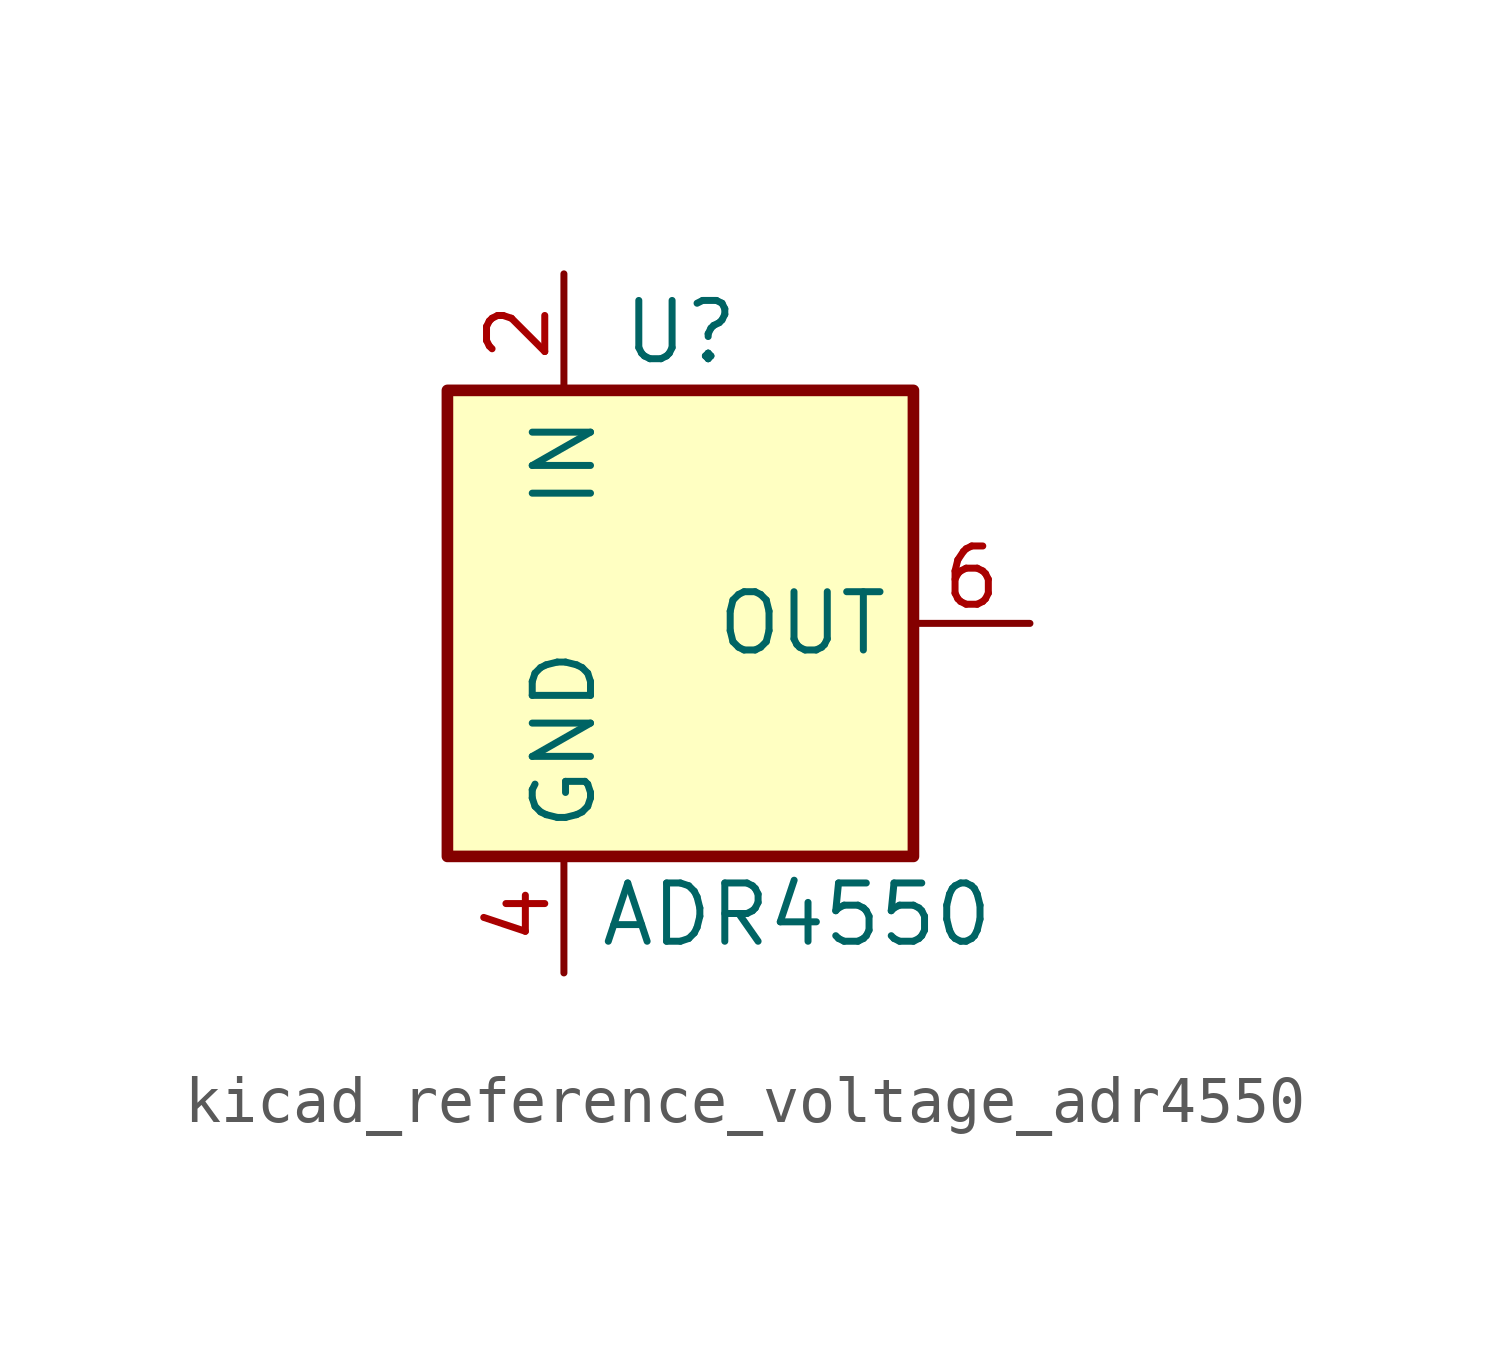
<source format=kicad_sym>
(kicad_symbol_lib
  (version 20220914)
  (generator kicad_symbol_editor)
  (symbol "kicad_reference_voltage_adr4550"
    (property "Reference" "U"
      (at 0 6.35 0)
      (effects (font (size 1.27 1.27))))
    (property "Value" "ADR4550"
      (at 2.54 -6.35 0)
      (effects (font (size 1.27 1.27))))
    (symbol "kicad_reference_voltage_adr4550_0_0"
      (pin no_connect line (at -5.08 0 0) (length 2.54) hide (name "NC" (effects (font (size 1.27 1.27)))) (number "3" (effects (font (size 1.27 1.27)))))
      (pin no_connect line (at 5.08 2.54 180) (length 2.54) hide (name "NC" (effects (font (size 1.27 1.27)))) (number "7" (effects (font (size 1.27 1.27)))))
      (pin no_connect line (at 5.08 -2.54 180) (length 2.54) hide (name "NC" (effects (font (size 1.27 1.27)))) (number "8" (effects (font (size 1.27 1.27))))))
    (symbol "kicad_reference_voltage_adr4550_0_1"
      (rectangle (start -5.08 5.08) (end 5.08 -5.08) (stroke (width 0.254) (type default)) (fill (type background))))
    (symbol "kicad_reference_voltage_adr4550_1_1"
      (pin no_connect line (at -5.08 2.54 0) (length 2.54) hide (name "NC" (effects (font (size 1.27 1.27)))) (number "1" (effects (font (size 1.27 1.27)))))
      (pin power_in line (at -2.54 7.62 270) (length 2.54) (name "IN" (effects (font (size 1.27 1.27)))) (number "2" (effects (font (size 1.27 1.27)))))
      (pin power_in line (at -2.54 -7.62 90) (length 2.54) (name "GND" (effects (font (size 1.27 1.27)))) (number "4" (effects (font (size 1.27 1.27)))))
      (pin no_connect line (at -5.08 -2.54 0) (length 2.54) hide (name "NC" (effects (font (size 1.27 1.27)))) (number "5" (effects (font (size 1.27 1.27)))))
      (pin power_out line (at 7.62 0 180) (length 2.54) (name "OUT" (effects (font (size 1.27 1.27)))) (number "6" (effects (font (size 1.27 1.27))))))))
</source>
